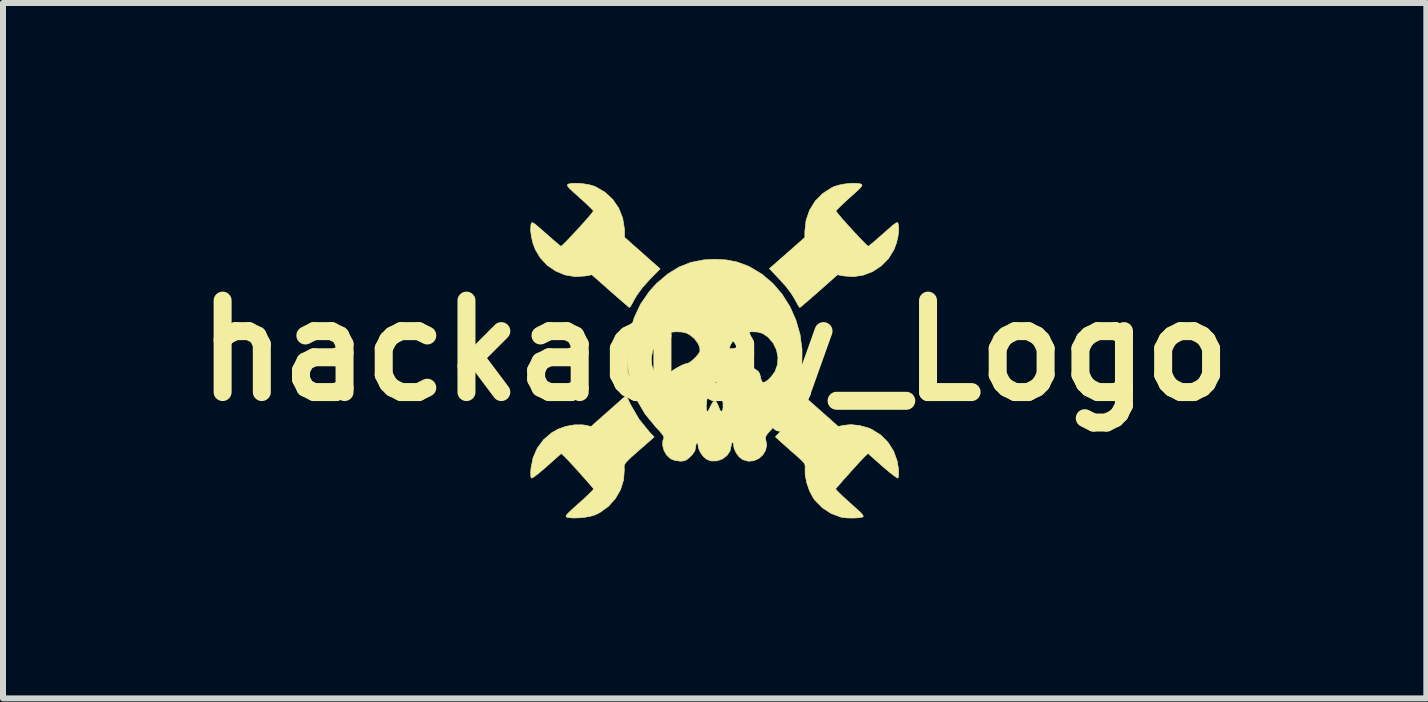
<source format=kicad_pcb>
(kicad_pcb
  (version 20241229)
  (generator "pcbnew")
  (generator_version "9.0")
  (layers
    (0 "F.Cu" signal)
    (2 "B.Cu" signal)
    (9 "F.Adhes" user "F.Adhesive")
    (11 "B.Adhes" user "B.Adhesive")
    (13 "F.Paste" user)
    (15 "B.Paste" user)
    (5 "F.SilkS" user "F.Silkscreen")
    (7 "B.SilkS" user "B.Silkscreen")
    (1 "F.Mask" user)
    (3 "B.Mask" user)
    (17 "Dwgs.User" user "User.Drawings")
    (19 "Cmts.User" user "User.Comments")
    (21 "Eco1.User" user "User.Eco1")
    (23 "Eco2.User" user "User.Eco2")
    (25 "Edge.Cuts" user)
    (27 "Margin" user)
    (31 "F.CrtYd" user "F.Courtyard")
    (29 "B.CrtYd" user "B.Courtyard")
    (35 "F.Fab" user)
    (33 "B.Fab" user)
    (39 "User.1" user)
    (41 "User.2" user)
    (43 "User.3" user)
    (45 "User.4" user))
  (footprint "hackaday_Logo"
    (layer "F.Cu")
    (at 8.861 2.795)
    (property "Reference" "hackaday_Logo" (at 0 0 0) (layer "F.SilkS") (effects (font (size 1.524 1.524) (thickness 0.3))))
    (attr through_hole)
    (fp_poly (pts (xy -1.397 0.908) (xy -1.259 1.144) (xy -1.088 1.355) (xy -1.084 1.359) (xy -1.009 1.438) (xy -1.112 1.529) (xy -1.235 1.636) (xy -1.329 1.719) (xy -1.4 1.782) (xy -1.449 1.83) (xy -1.481 1.865) (xy -1.499 1.893) (xy -1.507 1.917) (xy -1.509 1.942) (xy -1.507 1.971) (xy -1.506 1.983) (xy -1.518 2.153) (xy -1.569 2.316) (xy -1.655 2.465) (xy -1.771 2.594) (xy -1.914 2.697) (xy -1.99 2.735) (xy -2.065 2.758) (xy -2.163 2.776) (xy -2.27 2.786) (xy -2.368 2.788) (xy -2.444 2.779) (xy -2.454 2.777) (xy -2.472 2.769) (xy -2.477 2.757) (xy -2.466 2.736) (xy -2.436 2.703) (xy -2.382 2.651) (xy -2.302 2.579) (xy -2.258 2.54) (xy -2.174 2.464) (xy -2.103 2.397) (xy -2.05 2.345) (xy -2.02 2.312) (xy -2.016 2.304) (xy -2.032 2.283) (xy -2.071 2.238) (xy -2.126 2.174) (xy -2.194 2.098) (xy -2.266 2.016) (xy -2.339 1.936) (xy -2.406 1.864) (xy -2.461 1.805) (xy -2.498 1.766) (xy -2.504 1.761) (xy -2.556 1.712) (xy -2.795 1.924) (xy -2.879 1.997) (xy -2.953 2.058) (xy -3.011 2.101) (xy -3.047 2.122) (xy -3.054 2.123) (xy -3.064 2.096) (xy -3.066 2.036) (xy -3.062 1.964) (xy -3.027 1.786) (xy -2.956 1.624) (xy -2.851 1.483) (xy -2.717 1.368) (xy -2.613 1.309) (xy -2.48 1.261) (xy -2.338 1.236) (xy -2.204 1.235) (xy -2.146 1.244) (xy -2.06 1.264) (xy -1.767 1.005) (xy -1.475 0.746) (xy -1.397 0.908)) (stroke (width 0.01) (type solid)) (fill yes) (layer "F.SilkS"))
    (fp_poly (pts (xy 1.768 1.005) (xy 2.06 1.264) (xy 2.147 1.244) (xy 2.27 1.232) (xy 2.41 1.246) (xy 2.549 1.283) (xy 2.613 1.309) (xy 2.765 1.403) (xy 2.889 1.527) (xy 2.983 1.675) (xy 3.043 1.843) (xy 3.062 1.964) (xy 3.066 2.04) (xy 3.063 2.097) (xy 3.055 2.123) (xy 3.033 2.114) (xy 2.986 2.081) (xy 2.919 2.029) (xy 2.839 1.962) (xy 2.795 1.924) (xy 2.556 1.712) (xy 2.503 1.761) (xy 2.471 1.794) (xy 2.42 1.848) (xy 2.356 1.918) (xy 2.284 1.997) (xy 2.211 2.079) (xy 2.142 2.156) (xy 2.083 2.224) (xy 2.039 2.274) (xy 2.017 2.302) (xy 2.016 2.304) (xy 2.029 2.323) (xy 2.069 2.364) (xy 2.13 2.423) (xy 2.207 2.494) (xy 2.258 2.54) (xy 2.351 2.623) (xy 2.416 2.683) (xy 2.456 2.724) (xy 2.474 2.749) (xy 2.475 2.764) (xy 2.462 2.773) (xy 2.454 2.775) (xy 2.389 2.785) (xy 2.3 2.789) (xy 2.206 2.787) (xy 2.127 2.778) (xy 2.106 2.774) (xy 1.942 2.713) (xy 1.795 2.617) (xy 1.674 2.495) (xy 1.641 2.45) (xy 1.581 2.335) (xy 1.535 2.204) (xy 1.509 2.072) (xy 1.507 1.974) (xy 1.509 1.931) (xy 1.504 1.897) (xy 1.486 1.865) (xy 1.45 1.826) (xy 1.39 1.772) (xy 1.355 1.741) (xy 1.274 1.67) (xy 1.193 1.599) (xy 1.125 1.538) (xy 1.104 1.519) (xy 1.012 1.435) (xy 1.086 1.358) (xy 1.257 1.148) (xy 1.395 0.911) (xy 1.397 0.907) (xy 1.475 0.746) (xy 1.768 1.005)) (stroke (width 0.01) (type solid)) (fill yes) (layer "F.SilkS"))
    (fp_poly (pts (xy 2.423 -2.782) (xy 2.432 -2.779) (xy 2.45 -2.77) (xy 2.455 -2.757) (xy 2.445 -2.736) (xy 2.415 -2.703) (xy 2.362 -2.652) (xy 2.281 -2.579) (xy 2.252 -2.553) (xy 2.17 -2.479) (xy 2.102 -2.414) (xy 2.051 -2.364) (xy 2.024 -2.334) (xy 2.021 -2.329) (xy 2.035 -2.307) (xy 2.072 -2.261) (xy 2.127 -2.196) (xy 2.195 -2.12) (xy 2.269 -2.038) (xy 2.345 -1.955) (xy 2.418 -1.878) (xy 2.481 -1.813) (xy 2.529 -1.765) (xy 2.558 -1.741) (xy 2.562 -1.74) (xy 2.584 -1.756) (xy 2.63 -1.794) (xy 2.697 -1.851) (xy 2.776 -1.921) (xy 2.813 -1.953) (xy 2.904 -2.033) (xy 2.967 -2.088) (xy 3.01 -2.12) (xy 3.035 -2.134) (xy 3.05 -2.132) (xy 3.058 -2.116) (xy 3.061 -2.105) (xy 3.068 -2.021) (xy 3.057 -1.914) (xy 3.031 -1.799) (xy 2.991 -1.691) (xy 2.987 -1.683) (xy 2.897 -1.536) (xy 2.777 -1.415) (xy 2.636 -1.321) (xy 2.479 -1.26) (xy 2.313 -1.234) (xy 2.15 -1.246) (xy 2.046 -1.266) (xy 1.738 -0.993) (xy 1.642 -0.909) (xy 1.557 -0.835) (xy 1.488 -0.776) (xy 1.441 -0.736) (xy 1.419 -0.72) (xy 1.418 -0.72) (xy 1.404 -0.737) (xy 1.377 -0.783) (xy 1.341 -0.848) (xy 1.335 -0.86) (xy 1.275 -0.957) (xy 1.191 -1.068) (xy 1.089 -1.182) (xy 1.088 -1.184) (xy 0.913 -1.368) (xy 1.208 -1.627) (xy 1.503 -1.887) (xy 1.503 -1.987) (xy 1.523 -2.17) (xy 1.581 -2.34) (xy 1.674 -2.491) (xy 1.799 -2.618) (xy 1.952 -2.717) (xy 1.99 -2.735) (xy 2.066 -2.759) (xy 2.162 -2.778) (xy 2.263 -2.789) (xy 2.355 -2.79) (xy 2.423 -2.782)) (stroke (width 0.01) (type solid)) (fill yes) (layer "F.SilkS"))
    (fp_poly (pts (xy -2.182 -2.781) (xy -2.084 -2.764) (xy -2.002 -2.74) (xy -1.99 -2.735) (xy -1.831 -2.643) (xy -1.699 -2.521) (xy -1.599 -2.376) (xy -1.533 -2.21) (xy -1.504 -2.029) (xy -1.503 -1.988) (xy -1.503 -1.89) (xy -1.265 -1.679) (xy -1.176 -1.6) (xy -1.094 -1.527) (xy -1.025 -1.467) (xy -0.979 -1.426) (xy -0.968 -1.416) (xy -0.909 -1.365) (xy -1.085 -1.185) (xy -1.206 -1.05) (xy -1.298 -0.925) (xy -1.334 -0.863) (xy -1.37 -0.795) (xy -1.4 -0.744) (xy -1.417 -0.721) (xy -1.418 -0.72) (xy -1.437 -0.733) (xy -1.482 -0.771) (xy -1.548 -0.828) (xy -1.631 -0.9) (xy -1.726 -0.983) (xy -1.737 -0.993) (xy -2.046 -1.266) (xy -2.16 -1.245) (xy -2.329 -1.235) (xy -2.495 -1.263) (xy -2.65 -1.328) (xy -2.79 -1.424) (xy -2.907 -1.549) (xy -2.987 -1.683) (xy -3.028 -1.79) (xy -3.055 -1.905) (xy -3.068 -2.012) (xy -3.062 -2.099) (xy -3.061 -2.105) (xy -3.054 -2.125) (xy -3.044 -2.135) (xy -3.024 -2.129) (xy -2.991 -2.107) (xy -2.939 -2.063) (xy -2.862 -1.996) (xy -2.813 -1.953) (xy -2.73 -1.88) (xy -2.657 -1.817) (xy -2.601 -1.77) (xy -2.568 -1.743) (xy -2.562 -1.74) (xy -2.543 -1.753) (xy -2.502 -1.792) (xy -2.444 -1.851) (xy -2.375 -1.924) (xy -2.299 -2.005) (xy -2.224 -2.088) (xy -2.153 -2.167) (xy -2.092 -2.237) (xy -2.047 -2.291) (xy -2.024 -2.324) (xy -2.021 -2.329) (xy -2.036 -2.349) (xy -2.078 -2.391) (xy -2.139 -2.45) (xy -2.216 -2.521) (xy -2.252 -2.553) (xy -2.341 -2.633) (xy -2.402 -2.69) (xy -2.438 -2.728) (xy -2.454 -2.752) (xy -2.453 -2.766) (xy -2.438 -2.776) (xy -2.432 -2.779) (xy -2.37 -2.79) (xy -2.282 -2.79) (xy -2.182 -2.781)) (stroke (width 0.01) (type solid)) (fill yes) (layer "F.SilkS"))
    (fp_poly (pts (xy 0.196 -1.513) (xy 0.371 -1.479) (xy 0.541 -1.417) (xy 0.588 -1.395) (xy 0.791 -1.273) (xy 0.972 -1.119) (xy 1.127 -0.937) (xy 1.256 -0.731) (xy 1.355 -0.507) (xy 1.423 -0.269) (xy 1.456 -0.021) (xy 1.454 0.231) (xy 1.438 0.36) (xy 1.375 0.62) (xy 1.275 0.862) (xy 1.137 1.086) (xy 0.984 1.268) (xy 0.914 1.344) (xy 0.87 1.397) (xy 0.849 1.435) (xy 0.845 1.462) (xy 0.848 1.471) (xy 0.867 1.567) (xy 0.849 1.658) (xy 0.803 1.736) (xy 0.735 1.797) (xy 0.651 1.834) (xy 0.559 1.842) (xy 0.466 1.814) (xy 0.407 1.768) (xy 0.356 1.698) (xy 0.323 1.624) (xy 0.318 1.584) (xy 0.311 1.541) (xy 0.296 1.524) (xy 0.281 1.542) (xy 0.275 1.582) (xy 0.256 1.672) (xy 0.204 1.747) (xy 0.129 1.804) (xy 0.04 1.836) (xy -0.054 1.838) (xy -0.126 1.814) (xy -0.186 1.767) (xy -0.237 1.697) (xy -0.27 1.622) (xy -0.275 1.583) (xy -0.281 1.543) (xy -0.296 1.535) (xy -0.311 1.563) (xy -0.318 1.612) (xy -0.33 1.669) (xy -0.371 1.729) (xy -0.4 1.759) (xy -0.455 1.809) (xy -0.502 1.834) (xy -0.557 1.841) (xy -0.574 1.841) (xy -0.666 1.828) (xy -0.737 1.799) (xy -0.798 1.742) (xy -0.843 1.666) (xy -0.866 1.581) (xy -0.864 1.503) (xy -0.848 1.461) (xy -0.846 1.438) (xy -0.867 1.401) (xy -0.913 1.344) (xy -0.983 1.269) (xy -1.156 1.059) (xy -1.241 0.915) (xy -0.14 0.915) (xy -0.138 0.976) (xy -0.126 1.011) (xy -0.116 1.016) (xy -0.104 0.998) (xy -0.081 0.954) (xy -0.065 0.919) (xy -0.03 0.856) (xy 0.000267 0.834) (xy 0.029 0.855) (xy 0.059 0.917) (xy 0.063 0.928) (xy 0.085 0.981) (xy 0.104 1.012) (xy 0.11 1.016) (xy 0.131 0.997) (xy 0.14 0.947) (xy 0.139 0.875) (xy 0.129 0.789) (xy 0.111 0.7) (xy 0.084 0.616) (xy 0.068 0.579) (xy 0.033 0.526) (xy -0.004 0.517) (xy -0.042 0.549) (xy -0.067 0.593) (xy -0.095 0.666) (xy -0.117 0.75) (xy -0.132 0.836) (xy -0.14 0.915) (xy -1.241 0.915) (xy -1.29 0.831) (xy -1.386 0.589) (xy -1.441 0.332) (xy -1.453 0.121) (xy -1.056 0.121) (xy -1.048 0.241) (xy -1.008 0.353) (xy -0.935 0.449) (xy -0.929 0.455) (xy -0.862 0.508) (xy -0.816 0.526) (xy -0.786 0.51) (xy -0.771 0.471) (xy -0.757 0.413) (xy -0.747 0.374) (xy -0.725 0.349) (xy -0.675 0.314) (xy -0.611 0.276) (xy -0.544 0.242) (xy -0.485 0.218) (xy -0.454 0.212) (xy -0.418 0.197) (xy -0.368 0.158) (xy -0.315 0.108) (xy -0.271 0.056) (xy -0.246 0.014) (xy -0.245 0.011) (xy -0.247 -0.024) (xy 0.241 -0.024) (xy 0.243 0) (xy 0.264 0.041) (xy 0.305 0.093) (xy 0.357 0.146) (xy 0.407 0.189) (xy 0.446 0.211) (xy 0.453 0.212) (xy 0.483 0.22) (xy 0.538 0.243) (xy 0.608 0.274) (xy 0.683 0.313) (xy 0.727 0.346) (xy 0.749 0.382) (xy 0.753 0.396) (xy 0.77 0.468) (xy 0.785 0.509) (xy 0.8 0.526) (xy 0.819 0.529) (xy 0.852 0.515) (xy 0.9 0.479) (xy 0.931 0.449) (xy 1.007 0.346) (xy 1.048 0.229) (xy 1.055 0.105) (xy 1.03 -0.017) (xy 0.974 -0.13) (xy 0.889 -0.227) (xy 0.8 -0.288) (xy 0.721 -0.311) (xy 0.621 -0.316) (xy 0.518 -0.303) (xy 0.435 -0.276) (xy 0.365 -0.228) (xy 0.303 -0.163) (xy 0.26 -0.091) (xy 0.241 -0.024) (xy -0.247 -0.024) (xy -0.248 -0.056) (xy -0.282 -0.131) (xy -0.339 -0.203) (xy -0.412 -0.264) (xy -0.472 -0.295) (xy -0.55 -0.312) (xy -0.643 -0.316) (xy -0.732 -0.308) (xy -0.8 -0.288) (xy -0.905 -0.212) (xy -0.983 -0.113) (xy -1.034 0.00014) (xy -1.056 0.121) (xy -1.453 0.121) (xy -1.457 0.063) (xy -1.453 -0.021) (xy -1.417 -0.291) (xy -1.343 -0.544) (xy -1.234 -0.777) (xy -1.088 -0.988) (xy -0.968 -1.12) (xy -0.785 -1.276) (xy -0.597 -1.393) (xy -0.398 -1.471) (xy -0.183 -1.514) (xy -0.000001 -1.524) (xy 0.196 -1.513)) (stroke (width 0.01) (type solid)) (fill yes) (layer "F.SilkS")))
  (gr_rect
    (start -3 -3)
    (end 20.722 8.59)
    (stroke (width 0.1) (type default))
    (fill no)
    (layer "Edge.Cuts")))
</source>
